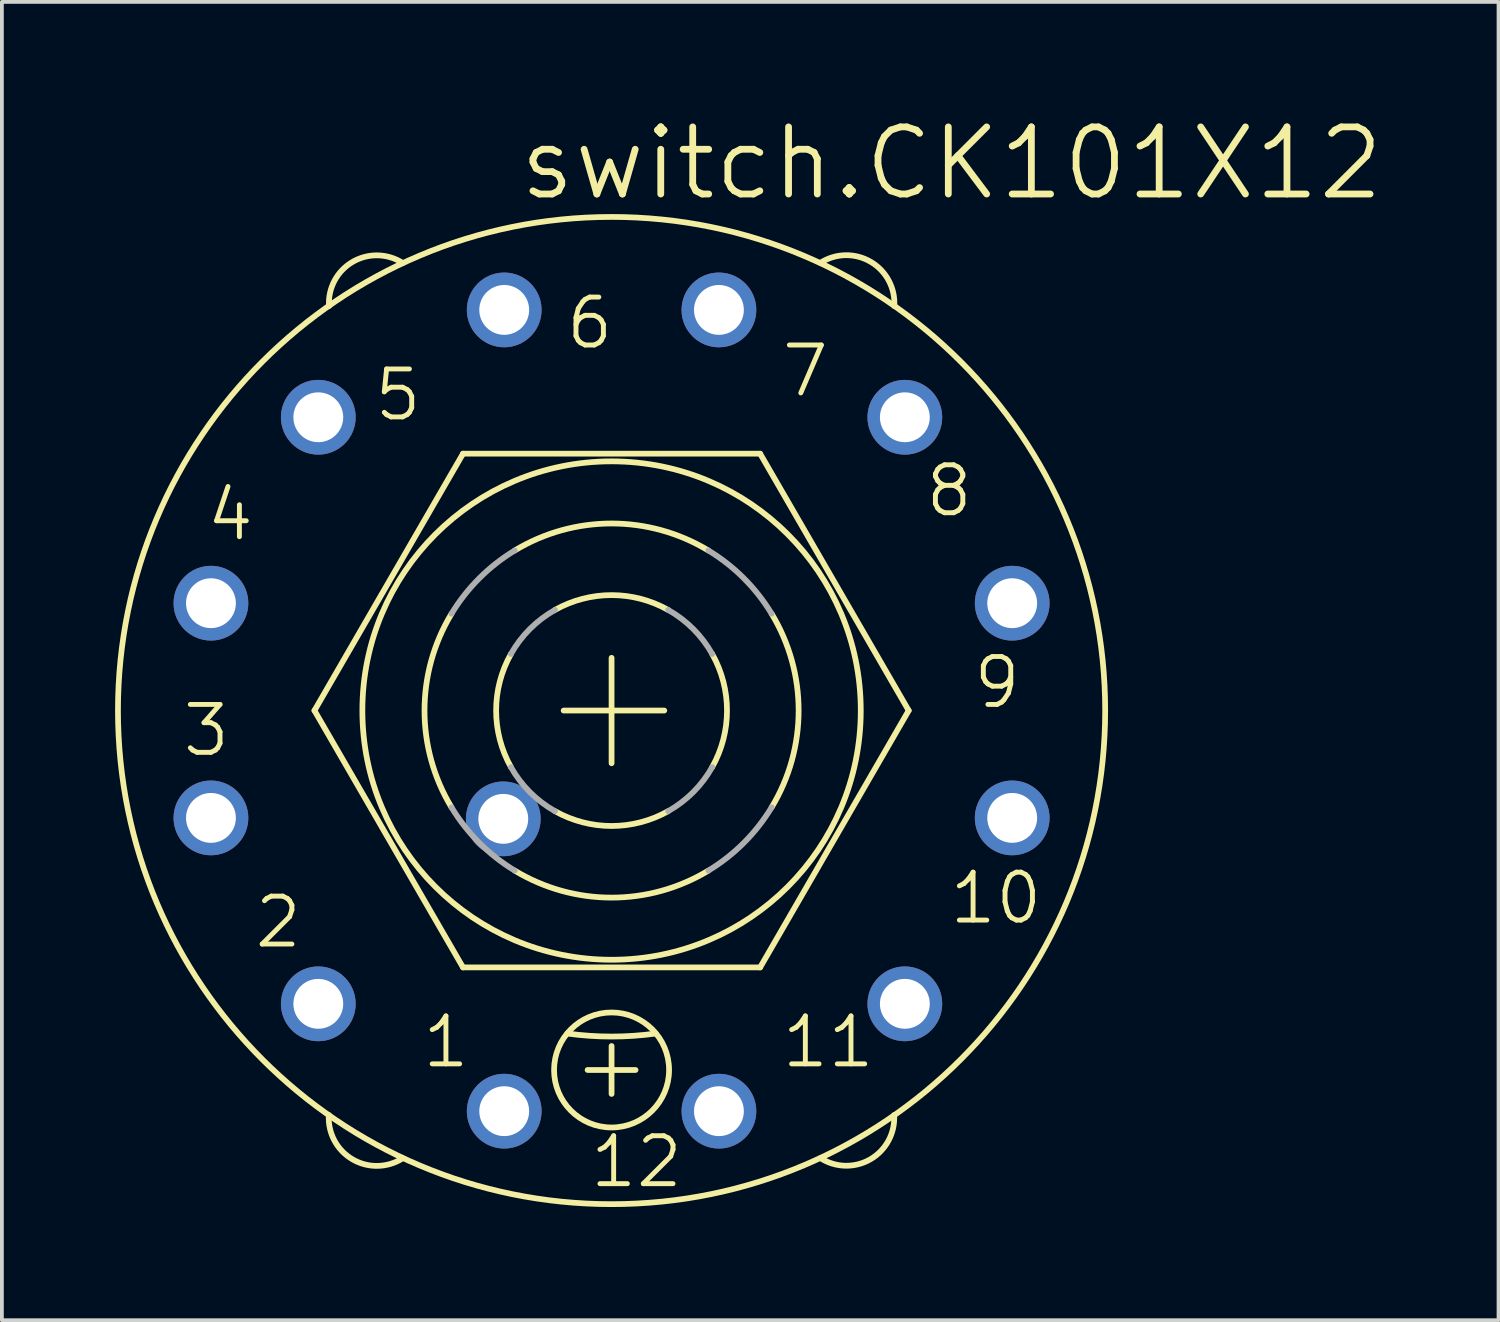
<source format=kicad_pcb>
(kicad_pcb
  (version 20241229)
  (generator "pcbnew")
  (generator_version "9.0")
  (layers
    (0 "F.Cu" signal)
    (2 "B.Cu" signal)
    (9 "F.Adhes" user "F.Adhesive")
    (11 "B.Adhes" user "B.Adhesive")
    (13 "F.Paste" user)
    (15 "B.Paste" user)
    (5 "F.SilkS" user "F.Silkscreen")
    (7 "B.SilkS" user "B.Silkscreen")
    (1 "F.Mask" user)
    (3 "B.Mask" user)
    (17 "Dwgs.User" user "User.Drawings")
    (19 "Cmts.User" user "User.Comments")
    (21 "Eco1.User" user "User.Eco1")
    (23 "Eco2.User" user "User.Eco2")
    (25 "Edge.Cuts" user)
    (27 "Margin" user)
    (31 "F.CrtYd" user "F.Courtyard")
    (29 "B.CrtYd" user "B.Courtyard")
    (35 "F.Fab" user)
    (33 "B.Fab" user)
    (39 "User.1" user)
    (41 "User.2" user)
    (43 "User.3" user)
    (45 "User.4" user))
  (footprint "switch.CK101X12"
    (layer "F.Cu")
    (at 13.157 15.78)
    (property "Reference" "switch.CK101X12" (at -2.54 -13.462 0) (layer "F.SilkS") (effects (font (size 1.778 1.778) (thickness 0.18)) (justify left bottom)))
    (attr through_hole)
    (fp_line (start -7.874 0) (end -3.937 -6.807) (stroke (width 0.152) (type default)) (layer "F.SilkS"))
    (fp_line (start -3.937 -6.807) (end 3.937 -6.807) (stroke (width 0.152) (type default)) (layer "F.SilkS"))
    (fp_line (start -3.937 6.807) (end -7.874 0) (stroke (width 0.152) (type default)) (layer "F.SilkS"))
    (fp_line (start -1.27 0) (end 1.397 0) (stroke (width 0.152) (type default)) (layer "F.SilkS"))
    (fp_line (start -0.635 9.525) (end 0.635 9.525) (stroke (width 0.152) (type default)) (layer "F.SilkS"))
    (fp_line (start 0 1.397) (end 0 -1.397) (stroke (width 0.152) (type default)) (layer "F.SilkS"))
    (fp_line (start 0 8.89) (end 0 10.16) (stroke (width 0.152) (type default)) (layer "F.SilkS"))
    (fp_line (start 3.937 -6.807) (end 7.874 0) (stroke (width 0.152) (type default)) (layer "F.SilkS"))
    (fp_line (start 3.937 6.807) (end -3.937 6.807) (stroke (width 0.152) (type default)) (layer "F.SilkS"))
    (fp_line (start 7.874 0) (end 3.937 6.807) (stroke (width 0.152) (type default)) (layer "F.SilkS"))
    (fp_arc (start -7.4889 -10.719) (mid -6.863775 -11.889487) (end -5.5371 -11.862) (stroke (width 0.1524) (type default)) (layer "F.SilkS"))
    (fp_arc (start -5.535 11.8652) (mid -6.865842 11.89293) (end -7.493 10.7188) (stroke (width 0.1524) (type default)) (layer "F.SilkS"))
    (fp_arc (start -4.2418 2.5654) (mid -4.957232 0) (end -4.2418 -2.5654) (stroke (width 0.1524) (type default)) (layer "F.SilkS"))
    (fp_arc (start -2.667 1.4986) (mid -3.059198 0) (end -2.667 -1.4986) (stroke (width 0.1524) (type default)) (layer "F.SilkS"))
    (fp_arc (start -2.5654 -4.2418) (mid 0 -4.957232) (end 2.5654 -4.2418) (stroke (width 0.1524) (type default)) (layer "F.SilkS"))
    (fp_arc (start -1.4986 -2.667) (mid 0 -3.059198) (end 1.4986 -2.667) (stroke (width 0.1524) (type default)) (layer "F.SilkS"))
    (fp_arc (start 1.1684 8.5598) (mid 0 8.639174) (end -1.1684 8.5598) (stroke (width 0.1524) (type default)) (layer "F.SilkS"))
    (fp_arc (start 1.4986 2.667) (mid 0 3.059198) (end -1.4986 2.667) (stroke (width 0.1524) (type default)) (layer "F.SilkS"))
    (fp_arc (start 2.5654 4.2418) (mid 0 4.957232) (end -2.5654 4.2418) (stroke (width 0.1524) (type default)) (layer "F.SilkS"))
    (fp_arc (start 2.667 -1.4986) (mid 3.059198 0) (end 2.667 1.4986) (stroke (width 0.1524) (type default)) (layer "F.SilkS"))
    (fp_arc (start 4.2418 -2.5654) (mid 4.957232 0) (end 4.2418 2.5654) (stroke (width 0.1524) (type default)) (layer "F.SilkS"))
    (fp_arc (start 5.535 -11.8652) (mid 6.865842 -11.89293) (end 7.493 -10.7188) (stroke (width 0.1524) (type default)) (layer "F.SilkS"))
    (fp_arc (start 7.4886 10.719) (mid 6.863613 11.889263) (end 5.5372 11.8618) (stroke (width 0.1524) (type default)) (layer "F.SilkS"))
    (fp_circle (center 0 0) (end 6.604 0) (stroke (width 0.152) (type default)) (fill no) (layer "F.SilkS"))
    (fp_circle (center 0 0) (end 13.081 0) (stroke (width 0.152) (type default)) (fill no) (layer "F.SilkS"))
    (fp_circle (center 0 9.525) (end 1.524 9.525) (stroke (width 0.152) (type default)) (fill no) (layer "F.SilkS"))
    (fp_arc (start -4.2418 -2.5654) (mid -3.505292 -3.505292) (end -2.5654 -4.2418) (stroke (width 0.1524) (type default)) (layer "F.Fab"))
    (fp_arc (start -2.667 -1.4986) (mid -2.163179 -2.163179) (end -1.4986 -2.667) (stroke (width 0.1524) (type default)) (layer "F.Fab"))
    (fp_arc (start -2.5654 4.2418) (mid -3.505292 3.505292) (end -4.2418 2.5654) (stroke (width 0.1524) (type default)) (layer "F.Fab"))
    (fp_arc (start -1.4986 2.667) (mid -2.163179 2.163179) (end -2.667 1.4986) (stroke (width 0.1524) (type default)) (layer "F.Fab"))
    (fp_arc (start 1.4986 -2.667) (mid 2.163179 -2.163179) (end 2.667 -1.4986) (stroke (width 0.1524) (type default)) (layer "F.Fab"))
    (fp_arc (start 2.5654 -4.2418) (mid 3.505292 -3.505292) (end 4.2418 -2.5654) (stroke (width 0.1524) (type default)) (layer "F.Fab"))
    (fp_arc (start 2.667 1.4986) (mid 2.163179 2.163179) (end 1.4986 2.667) (stroke (width 0.1524) (type default)) (layer "F.Fab"))
    (fp_arc (start 4.2418 2.5654) (mid 3.505292 3.505292) (end 2.5654 4.2418) (stroke (width 0.1524) (type default)) (layer "F.Fab"))
    (fp_text user "12" (at -0.635 12.7 0) (layer "F.SilkS") (effects (font (size 1.27 1.27) (thickness 0.13)) (justify left bottom)))
    (fp_text user "11" (at 4.445 9.525 0) (layer "F.SilkS") (effects (font (size 1.27 1.27) (thickness 0.13)) (justify left bottom)))
    (fp_text user "5" (at -6.35 -7.62 0) (layer "F.SilkS") (effects (font (size 1.27 1.27) (thickness 0.13)) (justify left bottom)))
    (fp_text user "2" (at -9.525 6.35 0) (layer "F.SilkS") (effects (font (size 1.27 1.27) (thickness 0.13)) (justify left bottom)))
    (fp_text user "4" (at -10.795 -4.445 0) (layer "F.SilkS") (effects (font (size 1.27 1.27) (thickness 0.13)) (justify left bottom)))
    (fp_text user "3" (at -11.43 1.27 0) (layer "F.SilkS") (effects (font (size 1.27 1.27) (thickness 0.13)) (justify left bottom)))
    (fp_text user "10" (at 8.89 5.715 0) (layer "F.SilkS") (effects (font (size 1.27 1.27) (thickness 0.13)) (justify left bottom)))
    (fp_text user "8" (at 8.255 -5.08 0) (layer "F.SilkS") (effects (font (size 1.27 1.27) (thickness 0.13)) (justify left bottom)))
    (fp_text user "9" (at 9.525 0 0) (layer "F.SilkS") (effects (font (size 1.27 1.27) (thickness 0.13)) (justify left bottom)))
    (fp_text user "1" (at -5.08 9.525 0) (layer "F.SilkS") (effects (font (size 1.27 1.27) (thickness 0.13)) (justify left bottom)))
    (fp_text user "6" (at -1.27 -9.525 0) (layer "F.SilkS") (effects (font (size 1.27 1.27) (thickness 0.13)) (justify left bottom)))
    (fp_text user "7" (at 4.445 -8.255 0) (layer "F.SilkS") (effects (font (size 1.27 1.27) (thickness 0.13)) (justify left bottom)))
    (pad "1" thru_hole circle (at -2.845 10.617) (size 1.981 1.981) (drill 1.321) (layers "*.Cu" "*.Mask"))
    (pad "2" thru_hole circle (at -7.772 7.772) (size 1.981 1.981) (drill 1.321) (layers "*.Cu" "*.Mask"))
    (pad "3" thru_hole circle (at -10.617 2.845) (size 1.981 1.981) (drill 1.321) (layers "*.Cu" "*.Mask"))
    (pad "4" thru_hole circle (at -10.617 -2.845) (size 1.981 1.981) (drill 1.321) (layers "*.Cu" "*.Mask"))
    (pad "5" thru_hole circle (at -7.772 -7.772) (size 1.981 1.981) (drill 1.321) (layers "*.Cu" "*.Mask"))
    (pad "6" thru_hole circle (at -2.845 -10.617) (size 1.981 1.981) (drill 1.321) (layers "*.Cu" "*.Mask"))
    (pad "7" thru_hole circle (at 2.845 -10.617) (size 1.981 1.981) (drill 1.321) (layers "*.Cu" "*.Mask"))
    (pad "8" thru_hole circle (at 7.772 -7.772) (size 1.981 1.981) (drill 1.321) (layers "*.Cu" "*.Mask"))
    (pad "9" thru_hole circle (at 10.617 -2.845) (size 1.981 1.981) (drill 1.321) (layers "*.Cu" "*.Mask"))
    (pad "10" thru_hole circle (at 10.617 2.845) (size 1.981 1.981) (drill 1.321) (layers "*.Cu" "*.Mask"))
    (pad "11" thru_hole circle (at 7.772 7.772) (size 1.981 1.981) (drill 1.321) (layers "*.Cu" "*.Mask"))
    (pad "12" thru_hole circle (at 2.845 10.617) (size 1.981 1.981) (drill 1.321) (layers "*.Cu" "*.Mask"))
    (pad "A" thru_hole circle (at -2.87 2.87) (size 1.981 1.981) (drill 1.321) (layers "*.Cu" "*.Mask")))
  (gr_rect
    (start -3 -3)
    (end 36.662 31.937)
    (stroke (width 0.1) (type default))
    (fill no)
    (layer "Edge.Cuts")))
</source>
